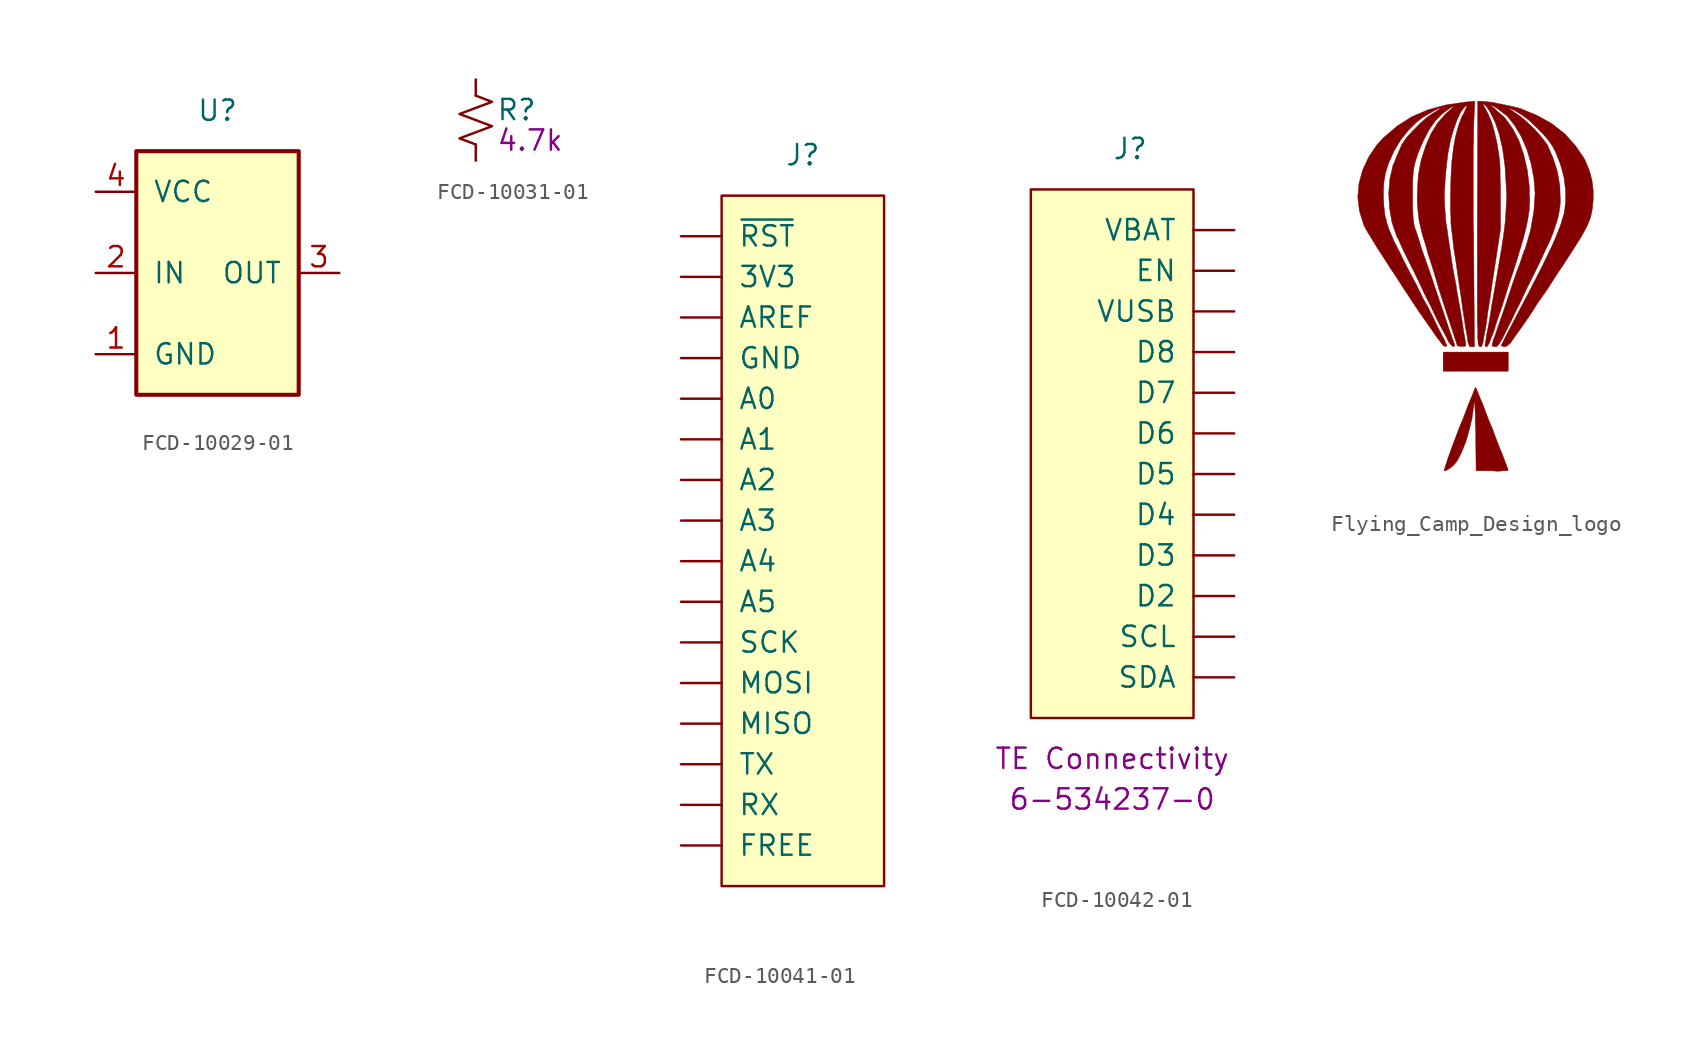
<source format=kicad_sym>
(kicad_symbol_lib
  (version 20201005)
  (generator kicad_symbol_editor)
  (symbol "Flying_Camp_Design:FCD-10029-01"
    (pin_names
      (offset 1.016))
    (property "Reference" "U"
      (at 0 10.16 0)
      (effects (font (size 1.27 1.27))))
    (symbol "FCD-10029-01_0_1"
      (rectangle (start -5.08 7.62) (end 5.08 -7.62) (stroke (width 0.254)) (fill (type background))))
    (symbol "FCD-10029-01_1_1"
      (pin power_in line (at -7.62 -5.08 0) (length 2.54) (name "GND" (effects (font (size 1.27 1.27)))) (number "1" (effects (font (size 1.27 1.27)))))
      (pin input line (at -7.62 0 0) (length 2.54) (name "IN" (effects (font (size 1.27 1.27)))) (number "2" (effects (font (size 1.27 1.27)))))
      (pin output line (at 7.62 0 180) (length 2.54) (name "OUT" (effects (font (size 1.27 1.27)))) (number "3" (effects (font (size 1.27 1.27)))))
      (pin power_in line (at -7.62 5.08 0) (length 2.54) (name "VCC" (effects (font (size 1.27 1.27)))) (number "4" (effects (font (size 1.27 1.27)))))))
  (symbol "Flying_Camp_Design:FCD-10031-01"
    (pin_numbers hide)
    (pin_names
      (offset 0.254) hide)
    (property "Reference" "R"
      (at 1.27 0.635 0)
      (effects (font (size 1.27 1.27)) (justify left)))
    (property "Resistance" "4.7k"
      (at 1.27 -1.27 0)
      (effects (font (size 1.27 1.27)) (justify left)))
    (symbol "FCD-10031-01_1_1"
      (polyline (pts (xy 0 0) (xy 1.016 -0.381) (xy 0 -0.762) (xy -1.016 -1.143) (xy 0 -1.524)) (stroke (width 0)) (fill (type none)))
      (polyline (pts (xy 0 1.524) (xy 1.016 1.143) (xy 0 0.762) (xy -1.016 0.381) (xy 0 0)) (stroke (width 0)) (fill (type none)))
      (pin passive line (at 0 2.54 270) (length 1.016) (name "~" (effects (font (size 1.27 1.27)))) (number "1" (effects (font (size 1.27 1.27)))))
      (pin passive line (at 0 -2.54 90) (length 1.016) (name "~" (effects (font (size 1.27 1.27)))) (number "2" (effects (font (size 1.27 1.27)))))))
  (symbol "Flying_Camp_Design:FCD-10041-01"
    (pin_numbers hide)
    (pin_names
      (offset 1.016))
    (property "Reference" "J"
      (at 0 22.86 0)
      (effects (font (size 1.27 1.27))))
    (symbol "FCD-10041-01_0_0"
      (pin power_out line (at -7.62 15.24 0) (length 2.54) (name "3V3" (effects (font (size 1.27 1.27)))) (number "3V3" (effects (font (size 1.27 1.27)))))
      (pin passive line (at -7.62 7.62 0) (length 2.54) (name "A0" (effects (font (size 1.27 1.27)))) (number "A0" (effects (font (size 1.27 1.27)))))
      (pin passive line (at -7.62 5.08 0) (length 2.54) (name "A1" (effects (font (size 1.27 1.27)))) (number "A1" (effects (font (size 1.27 1.27)))))
      (pin passive line (at -7.62 2.54 0) (length 2.54) (name "A2" (effects (font (size 1.27 1.27)))) (number "A2" (effects (font (size 1.27 1.27)))))
      (pin passive line (at -7.62 0 0) (length 2.54) (name "A3" (effects (font (size 1.27 1.27)))) (number "A3" (effects (font (size 1.27 1.27)))))
      (pin passive line (at -7.62 -2.54 0) (length 2.54) (name "A4" (effects (font (size 1.27 1.27)))) (number "A4" (effects (font (size 1.27 1.27)))))
      (pin passive line (at -7.62 -5.08 0) (length 2.54) (name "A5" (effects (font (size 1.27 1.27)))) (number "A5" (effects (font (size 1.27 1.27)))))
      (pin power_in line (at -7.62 12.7 0) (length 2.54) (name "AREF" (effects (font (size 1.27 1.27)))) (number "AREF" (effects (font (size 1.27 1.27)))))
      (pin passive line (at -7.62 -20.32 0) (length 2.54) (name "FREE" (effects (font (size 1.27 1.27)))) (number "FREE" (effects (font (size 1.27 1.27)))))
      (pin power_in line (at -7.62 10.16 0) (length 2.54) (name "GND" (effects (font (size 1.27 1.27)))) (number "GND" (effects (font (size 1.27 1.27)))))
      (pin passive line (at -7.62 -12.7 0) (length 2.54) (name "MISO" (effects (font (size 1.27 1.27)))) (number "MISO" (effects (font (size 1.27 1.27)))))
      (pin passive line (at -7.62 -10.16 0) (length 2.54) (name "MOSI" (effects (font (size 1.27 1.27)))) (number "MOSI" (effects (font (size 1.27 1.27)))))
      (pin passive line (at -7.62 -17.78 0) (length 2.54) (name "RX" (effects (font (size 1.27 1.27)))) (number "RX" (effects (font (size 1.27 1.27)))))
      (pin passive line (at -7.62 -7.62 0) (length 2.54) (name "SCK" (effects (font (size 1.27 1.27)))) (number "SCK" (effects (font (size 1.27 1.27)))))
      (pin passive line (at -7.62 -15.24 0) (length 2.54) (name "TX" (effects (font (size 1.27 1.27)))) (number "TX" (effects (font (size 1.27 1.27)))))
      (pin passive line (at -7.62 17.78 0) (length 2.54) (name "~RST" (effects (font (size 1.27 1.27)))) (number "~RST" (effects (font (size 1.27 1.27))))))
    (symbol "FCD-10041-01_0_1"
      (rectangle (start -5.08 20.32) (end 5.08 -22.86) (stroke (width 0)) (fill (type background)))))
  (symbol "Flying_Camp_Design:FCD-10042-01"
    (pin_numbers hide)
    (pin_names
      (offset 1.016))
    (property "Reference" "J"
      (at 0 17.78 0)
      (effects (font (size 1.27 1.27)) (justify left)))
    (property "Manufacturer" "TE Connectivity"
      (at 0 -20.32 0)
      (effects (font (size 1.27 1.27))))
    (property "Manufacturer Part Number" "6-534237-0"
      (at 0 -22.86 0)
      (effects (font (size 1.27 1.27))))
    (symbol "FCD-10042-01_0_0"
      (pin passive line (at 7.62 -10.16 180) (length 2.54) (name "D2" (effects (font (size 1.27 1.27)))) (number "D2" (effects (font (size 1.27 1.27)))))
      (pin passive line (at 7.62 -7.62 180) (length 2.54) (name "D3" (effects (font (size 1.27 1.27)))) (number "D3" (effects (font (size 1.27 1.27)))))
      (pin passive line (at 7.62 -5.08 180) (length 2.54) (name "D4" (effects (font (size 1.27 1.27)))) (number "D4" (effects (font (size 1.27 1.27)))))
      (pin passive line (at 7.62 -2.54 180) (length 2.54) (name "D5" (effects (font (size 1.27 1.27)))) (number "D5" (effects (font (size 1.27 1.27)))))
      (pin passive line (at 7.62 0 180) (length 2.54) (name "D6" (effects (font (size 1.27 1.27)))) (number "D6" (effects (font (size 1.27 1.27)))))
      (pin passive line (at 7.62 2.54 180) (length 2.54) (name "D7" (effects (font (size 1.27 1.27)))) (number "D7" (effects (font (size 1.27 1.27)))))
      (pin passive line (at 7.62 5.08 180) (length 2.54) (name "D8" (effects (font (size 1.27 1.27)))) (number "D8" (effects (font (size 1.27 1.27)))))
      (pin passive line (at 7.62 10.16 180) (length 2.54) (name "EN" (effects (font (size 1.27 1.27)))) (number "EN" (effects (font (size 1.27 1.27)))))
      (pin passive line (at 7.62 -12.7 180) (length 2.54) (name "SCL" (effects (font (size 1.27 1.27)))) (number "SCL" (effects (font (size 1.27 1.27)))))
      (pin passive line (at 7.62 -15.24 180) (length 2.54) (name "SDA" (effects (font (size 1.27 1.27)))) (number "SDA" (effects (font (size 1.27 1.27)))))
      (pin power_in line (at 7.62 12.7 180) (length 2.54) (name "VBAT" (effects (font (size 1.27 1.27)))) (number "VBAT" (effects (font (size 1.27 1.27)))))
      (pin power_in line (at 7.62 7.62 180) (length 2.54) (name "VUSB" (effects (font (size 1.27 1.27)))) (number "VUSB" (effects (font (size 1.27 1.27))))))
    (symbol "FCD-10042-01_0_1"
      (rectangle (start 5.08 15.24) (end -5.08 -17.78) (stroke (width 0)) (fill (type background)))))
  (symbol "Flying_Camp_Design:Flying_Camp_Design_logo"
    (pin_names
      (offset 1.016))
    (property "Reference" "#LOGO"
      (at 0 -14.478 0)
      (effects (font (size 1.524 1.524)) hide))
    (symbol "Flying_Camp_Design_logo_0_0"
      (polyline (pts (xy 2.032 -4.14) (xy -2.032 -4.14) (xy -2.032 -5.334) (xy 2.032 -5.334) (xy 2.032 -4.14)) (stroke (width 0.025)) (fill (type outline)))
      (polyline (pts (xy 1.727 -11.557) (xy 1.93 -11.557) (xy 2.032 -11.532) (xy 1.93 -11.227) (xy 1.803 -10.897) (xy 1.651 -10.49) (xy 1.448 -10.008) (xy 1.245 -9.474) (xy 1.041 -8.915) (xy 0.813 -8.382) (xy 0.61 -7.849) (xy 0.432 -7.366) (xy 0.254 -6.96) (xy 0.127 -6.629) (xy 0.025 -6.401) (xy 0 -6.35) (xy -0.051 -6.401) (xy -0.127 -6.604) (xy -0.254 -6.934) (xy -0.432 -7.341) (xy -0.61 -7.823) (xy -0.813 -8.357) (xy -1.041 -8.89) (xy -1.245 -9.449) (xy -1.448 -9.982) (xy -1.626 -10.465) (xy -1.778 -10.897) (xy -1.88 -11.227) (xy -1.981 -11.532) (xy -1.956 -11.557) (xy -1.829 -11.532) (xy -1.626 -11.405) (xy -1.422 -11.252) (xy -1.245 -11.049) (xy -1.118 -10.871) (xy -0.864 -10.363) (xy -0.61 -9.728) (xy -0.406 -9.017) (xy -0.229 -8.28) (xy -0.127 -7.518) (xy -0.102 -7.366) (xy -0.102 -7.264) (xy -0.076 -7.264) (xy -0.051 -7.366) (xy -0.051 -7.595) (xy -0.025 -7.976) (xy -0.025 -8.484) (xy 0 -9.169) (xy 0.025 -11.557) (xy 1.016 -11.557) (xy 1.397 -11.582) (xy 1.727 -11.557)) (stroke (width 0.025)) (fill (type outline)))
      (polyline (pts (xy -0.127 2.311) (xy -0.127 2.946) (xy -0.152 3.988) (xy -0.152 8.509) (xy -0.127 9.144) (xy -0.127 9.982) (xy -0.051 11.532) (xy -0.635 11.481) (xy -1.854 11.303) (xy -2.413 11.151) (xy -2.032 11.151) (xy -2.007 11.176) (xy -1.956 11.151) (xy -2.007 11.1) (xy -2.032 11.151) (xy -2.413 11.151) (xy -2.972 10.998) (xy -3.988 10.566) (xy -4.902 9.982) (xy -5.74 9.271) (xy -6.147 8.839) (xy -6.68 8.052) (xy -7.061 7.239) (xy -7.29 6.401) (xy -7.366 5.537) (xy -7.264 4.674) (xy -6.985 3.785) (xy -6.883 3.581) (xy -6.706 3.277) (xy -6.452 2.87) (xy -6.147 2.362) (xy -5.766 1.778) (xy -5.359 1.143) (xy -4.902 0.457) (xy -4.445 -0.254) (xy -4.293 -0.483) (xy -3.708 -1.372) (xy -3.2 -2.108) (xy -2.769 -2.718) (xy -2.438 -3.2) (xy -2.184 -3.531) (xy -2.032 -3.734) (xy -1.93 -3.785) (xy -1.854 -3.785) (xy -1.778 -3.734) (xy -1.803 -3.734) (xy -1.854 -3.607) (xy -1.956 -3.378) (xy -2.159 -2.997) (xy -2.388 -2.54) (xy -2.642 -2.007) (xy -2.946 -1.397) (xy -3.302 -0.762) (xy -3.708 0.076) (xy -4.115 0.838) (xy -4.445 1.473) (xy -4.699 2.007) (xy -4.928 2.438) (xy -5.105 2.794) (xy -5.232 3.099) (xy -5.334 3.327) (xy -5.41 3.505) (xy -5.563 3.962) (xy -5.588 4.115) (xy -5.664 4.369) (xy -5.74 5.029) (xy -5.766 5.74) (xy -5.74 6.426) (xy -5.639 7.036) (xy -5.436 7.671) (xy -5.105 8.407) (xy -4.699 9.093) (xy -4.216 9.703) (xy -3.734 10.185) (xy -3.581 10.312) (xy -3.277 10.541) (xy -2.921 10.744) (xy -2.616 10.922) (xy -2.362 11.049) (xy -2.21 11.1) (xy -2.235 11.049) (xy -2.362 10.973) (xy -2.591 10.82) (xy -2.616 10.82) (xy -3.023 10.541) (xy -3.454 10.16) (xy -3.886 9.728) (xy -4.293 9.296) (xy -4.572 8.89) (xy -4.623 8.814) (xy -4.775 8.458) (xy -4.953 8.052) (xy -5.105 7.645) (xy -5.156 7.569) (xy -5.359 6.706) (xy -5.436 5.791) (xy -5.385 4.851) (xy -5.232 3.962) (xy -4.953 3.15) (xy -4.928 3.073) (xy -4.801 2.845) (xy -4.648 2.489) (xy -4.42 2.007) (xy -3.835 0.838) (xy -3.505 0.152) (xy -3.175 -0.559) (xy -2.845 -1.194) (xy -2.515 -1.905) (xy -2.235 -2.464) (xy -1.981 -2.921) (xy -1.676 -3.531) (xy -1.549 -3.683) (xy -1.422 -3.81) (xy -1.321 -3.759) (xy -1.321 -3.658) (xy -1.397 -3.454) (xy -1.524 -3.099) (xy -1.676 -2.667) (xy -2.057 -1.524) (xy -2.286 -0.864) (xy -2.743 0.508) (xy -2.972 1.168) (xy -3.2 1.803) (xy -3.404 2.388) (xy -3.556 2.896) (xy -3.683 3.302) (xy -3.785 3.581) (xy -3.835 3.734) (xy -3.861 3.886) (xy -3.912 4.293) (xy -3.937 4.902) (xy -3.937 6.553) (xy -3.912 6.909) (xy -3.886 7.214) (xy -3.835 7.493) (xy -3.759 7.798) (xy -3.581 8.331) (xy -3.277 9.042) (xy -2.921 9.728) (xy -2.515 10.312) (xy -2.057 10.77) (xy -1.6 11.1) (xy -1.524 11.151) (xy -1.372 11.201) (xy -1.473 11.1) (xy -1.93 10.693) (xy -2.388 10.16) (xy -2.794 9.5) (xy -3.124 8.738) (xy -3.404 7.874) (xy -3.454 7.62) (xy -3.581 6.934) (xy -3.632 6.198) (xy -3.658 5.41) (xy -3.607 4.674) (xy -3.531 4.039) (xy -3.505 3.937) (xy -3.429 3.607) (xy -3.327 3.175) (xy -3.15 2.616) (xy -2.972 1.981) (xy -2.743 1.27) (xy -2.515 0.533) (xy -2.286 -0.254) (xy -1.143 -3.759) (xy -0.889 -3.785) (xy -0.686 -3.785) (xy -0.61 -3.734) (xy -0.61 -3.708) (xy -0.635 -3.531) (xy -0.686 -3.226) (xy -0.762 -2.794) (xy -0.838 -2.261) (xy -0.94 -1.626) (xy -1.067 -0.94) (xy -1.194 -0.203) (xy -1.219 0) (xy -1.372 0.787) (xy -1.499 1.549) (xy -1.6 2.261) (xy -1.702 2.921) (xy -1.778 3.48) (xy -1.854 3.937) (xy -1.88 4.242) (xy -1.93 4.877) (xy -1.956 5.74) (xy -1.905 6.629) (xy -1.829 7.493) (xy -1.727 8.306) (xy -1.575 9.093) (xy -1.372 9.779) (xy -1.168 10.363) (xy -0.94 10.846) (xy -0.686 11.176) (xy -0.61 11.227) (xy -0.559 11.252) (xy -0.559 11.201) (xy -0.635 11.024) (xy -0.762 10.744) (xy -0.864 10.566) (xy -1.092 9.957) (xy -1.27 9.296) (xy -1.397 8.56) (xy -1.499 7.696) (xy -1.549 6.731) (xy -1.575 5.588) (xy -1.575 4.648) (xy -1.549 4.293) (xy -1.549 3.962) (xy -1.524 3.607) (xy -1.473 3.251) (xy -1.422 2.819) (xy -1.372 2.337) (xy -1.27 1.727) (xy -1.041 0.127) (xy -0.914 -0.686) (xy -0.813 -1.448) (xy -0.711 -2.083) (xy -0.635 -2.616) (xy -0.559 -2.997) (xy -0.508 -3.302) (xy -0.483 -3.531) (xy -0.432 -3.658) (xy -0.406 -3.759) (xy -0.381 -3.785) (xy -0.33 -3.81) (xy -0.076 -3.81) (xy -0.127 2.311)) (stroke (width 0.025)) (fill (type outline)))
      (polyline (pts (xy 0.356 -3.785) (xy 0.381 -3.759) (xy 0.406 -3.683) (xy 0.457 -3.556) (xy 0.483 -3.353) (xy 0.533 -3.073) (xy 0.61 -2.692) (xy 0.686 -2.21) (xy 0.762 -1.6) (xy 0.889 -0.838) (xy 1.016 0.051) (xy 1.549 3.531) (xy 1.549 6.172) (xy 1.524 6.807) (xy 1.524 7.341) (xy 1.499 7.798) (xy 1.448 8.179) (xy 1.397 8.509) (xy 1.321 8.966) (xy 1.168 9.627) (xy 0.991 10.236) (xy 0.787 10.719) (xy 0.61 11.049) (xy 0.533 11.176) (xy 0.483 11.303) (xy 0.508 11.354) (xy 0.711 11.151) (xy 0.889 10.871) (xy 1.067 10.516) (xy 1.245 10.135) (xy 1.372 9.754) (xy 1.448 9.55) (xy 1.676 8.585) (xy 1.829 7.468) (xy 1.905 6.223) (xy 1.905 6.172) (xy 1.93 5.74) (xy 1.93 5.359) (xy 1.905 4.978) (xy 1.88 4.572) (xy 1.854 4.115) (xy 1.803 3.632) (xy 1.727 3.073) (xy 1.626 2.413) (xy 1.499 1.651) (xy 1.346 0.762) (xy 1.168 -0.279) (xy 1.118 -0.584) (xy 0.991 -1.295) (xy 0.889 -1.956) (xy 0.787 -2.54) (xy 0.686 -3.023) (xy 0.635 -3.404) (xy 0.584 -3.632) (xy 0.584 -3.759) (xy 0.711 -3.81) (xy 0.737 -3.759) (xy 0.838 -3.607) (xy 0.94 -3.327) (xy 1.118 -2.896) (xy 1.295 -2.311) (xy 1.549 -1.575) (xy 1.676 -1.194) (xy 2.007 -0.127) (xy 2.311 0.787) (xy 2.565 1.575) (xy 2.769 2.261) (xy 2.946 2.845) (xy 3.073 3.327) (xy 3.175 3.759) (xy 3.251 4.14) (xy 3.302 4.47) (xy 3.353 4.775) (xy 3.353 5.055) (xy 3.378 5.359) (xy 3.353 5.664) (xy 3.353 6.172) (xy 3.226 7.214) (xy 2.997 8.204) (xy 2.692 9.093) (xy 2.286 9.855) (xy 1.803 10.516) (xy 1.219 11.024) (xy 1.219 11.049) (xy 1.016 11.201) (xy 0.965 11.252) (xy 1.041 11.252) (xy 1.194 11.176) (xy 1.448 10.998) (xy 1.981 10.592) (xy 2.438 10.008) (xy 2.845 9.322) (xy 3.2 8.509) (xy 3.454 7.645) (xy 3.632 6.731) (xy 3.708 5.766) (xy 3.632 4.648) (xy 3.429 3.48) (xy 3.099 2.337) (xy 3.048 2.235) (xy 2.921 1.88) (xy 2.769 1.422) (xy 2.565 0.889) (xy 2.362 0.305) (xy 1.753 -1.524) (xy 1.549 -2.108) (xy 1.372 -2.616) (xy 1.219 -3.073) (xy 1.092 -3.404) (xy 1.041 -3.632) (xy 1.016 -3.734) (xy 1.067 -3.785) (xy 1.219 -3.81) (xy 1.27 -3.81) (xy 1.321 -3.785) (xy 1.473 -3.632) (xy 1.549 -3.48) (xy 1.676 -3.277) (xy 2.21 -2.21) (xy 2.464 -1.676) (xy 2.794 -1.016) (xy 3.15 -0.254) (xy 3.607 0.66) (xy 4.115 1.702) (xy 4.369 2.261) (xy 4.674 2.896) (xy 4.877 3.429) (xy 5.029 3.886) (xy 5.156 4.318) (xy 5.232 4.724) (xy 5.283 5.156) (xy 5.283 5.359) (xy 5.258 6.223) (xy 5.105 7.137) (xy 4.826 8.001) (xy 4.47 8.814) (xy 4.343 8.992) (xy 4.039 9.373) (xy 3.658 9.804) (xy 3.226 10.211) (xy 2.819 10.566) (xy 2.438 10.82) (xy 2.311 10.922) (xy 2.108 11.049) (xy 2.057 11.1) (xy 2.134 11.074) (xy 2.337 10.998) (xy 2.642 10.82) (xy 2.896 10.668) (xy 3.302 10.363) (xy 3.734 9.957) (xy 4.166 9.525) (xy 4.521 9.119) (xy 4.801 8.712) (xy 4.978 8.382) (xy 5.283 7.62) (xy 5.512 6.782) (xy 5.613 5.969) (xy 5.613 5.182) (xy 5.588 5.055) (xy 5.563 4.775) (xy 5.512 4.47) (xy 5.41 4.166) (xy 5.309 3.81) (xy 5.156 3.429) (xy 4.978 2.972) (xy 4.75 2.464) (xy 4.47 1.88) (xy 4.14 1.194) (xy 3.734 0.406) (xy 3.277 -0.483) (xy 2.743 -1.499) (xy 2.134 -2.667) (xy 2.083 -2.769) (xy 1.88 -3.15) (xy 1.626 -3.658) (xy 1.6 -3.734) (xy 1.676 -3.785) (xy 1.829 -3.81) (xy 1.854 -3.785) (xy 1.93 -3.785) (xy 1.981 -3.734) (xy 2.083 -3.658) (xy 2.21 -3.531) (xy 2.337 -3.327) (xy 2.54 -3.048) (xy 2.794 -2.692) (xy 3.099 -2.261) (xy 3.48 -1.702) (xy 3.912 -1.016) (xy 4.47 -0.229) (xy 4.953 0.533) (xy 5.461 1.295) (xy 5.893 1.956) (xy 6.248 2.515) (xy 6.553 2.997) (xy 6.782 3.404) (xy 6.96 3.734) (xy 7.087 4.039) (xy 7.188 4.318) (xy 7.29 4.826) (xy 7.341 5.385) (xy 7.341 5.944) (xy 7.264 6.604) (xy 7.087 7.239) (xy 6.807 7.899) (xy 6.782 7.95) (xy 6.223 8.763) (xy 5.563 9.5) (xy 4.75 10.135) (xy 3.835 10.643) (xy 2.794 11.074) (xy 2.515 11.151) (xy 2.057 11.252) (xy 1.575 11.354) (xy 1.067 11.455) (xy 0.635 11.506) (xy 0.33 11.532) (xy 0.127 11.532) (xy 0.102 3.861) (xy 0.102 -2.261) (xy 0.127 -2.692) (xy 0.127 -3.302) (xy 0.152 -3.505) (xy 0.152 -3.632) (xy 0.178 -3.708) (xy 0.203 -3.759) (xy 0.254 -3.81) (xy 0.305 -3.81) (xy 0.356 -3.785)) (stroke (width 0.025)) (fill (type outline))))))
</source>
